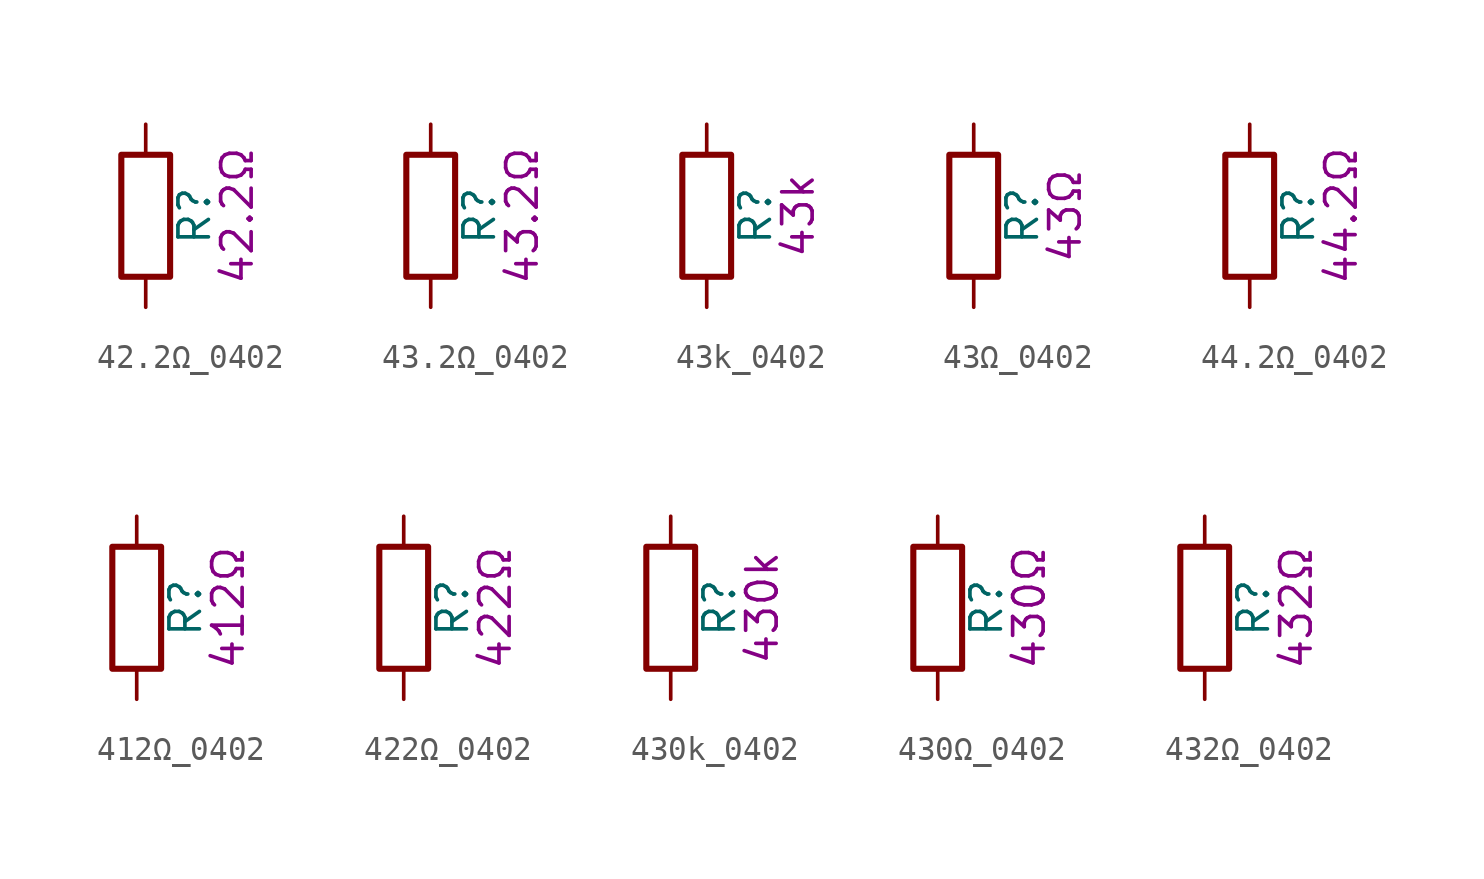
<source format=kicad_sym>
(kicad_symbol_lib
  (version 20211014)
  (generator kicad_symbol_editor)
  (symbol "42.2Ω_0402"
    (pin_numbers hide)
    (pin_names
      (offset 0))
    (property "Reference" "R"
      (at 2.032 0 90)
      (effects (font (size 1.27 1.27))))
    (property "Display" "42.2Ω"
      (at 3.81 0 90)
      (effects (font (size 1.27 1.27))))
    (symbol "42.2Ω_0402_0_1"
      (rectangle (start -1.016 -2.54) (end 1.016 2.54) (stroke (width 0.254) (type default) (color 0 0 0 0)) (fill (type none))))
    (symbol "42.2Ω_0402_1_1"
      (pin passive line (at 0 3.81 270) (length 1.27) (name "~" (effects (font (size 1.27 1.27)))) (number "1" (effects (font (size 1.27 1.27)))))
      (pin passive line (at 0 -3.81 90) (length 1.27) (name "~" (effects (font (size 1.27 1.27)))) (number "2" (effects (font (size 1.27 1.27)))))))
  (symbol "43.2Ω_0402"
    (pin_numbers hide)
    (pin_names
      (offset 0))
    (property "Reference" "R"
      (at 2.032 0 90)
      (effects (font (size 1.27 1.27))))
    (property "Display" "43.2Ω"
      (at 3.81 0 90)
      (effects (font (size 1.27 1.27))))
    (symbol "43.2Ω_0402_0_1"
      (rectangle (start -1.016 -2.54) (end 1.016 2.54) (stroke (width 0.254) (type default) (color 0 0 0 0)) (fill (type none))))
    (symbol "43.2Ω_0402_1_1"
      (pin passive line (at 0 3.81 270) (length 1.27) (name "~" (effects (font (size 1.27 1.27)))) (number "1" (effects (font (size 1.27 1.27)))))
      (pin passive line (at 0 -3.81 90) (length 1.27) (name "~" (effects (font (size 1.27 1.27)))) (number "2" (effects (font (size 1.27 1.27)))))))
  (symbol "43k_0402"
    (pin_numbers hide)
    (pin_names
      (offset 0))
    (property "Reference" "R"
      (at 2.032 0 90)
      (effects (font (size 1.27 1.27))))
    (property "Display" "43k"
      (at 3.81 0 90)
      (effects (font (size 1.27 1.27))))
    (symbol "43k_0402_0_1"
      (rectangle (start -1.016 -2.54) (end 1.016 2.54) (stroke (width 0.254) (type default) (color 0 0 0 0)) (fill (type none))))
    (symbol "43k_0402_1_1"
      (pin passive line (at 0 3.81 270) (length 1.27) (name "~" (effects (font (size 1.27 1.27)))) (number "1" (effects (font (size 1.27 1.27)))))
      (pin passive line (at 0 -3.81 90) (length 1.27) (name "~" (effects (font (size 1.27 1.27)))) (number "2" (effects (font (size 1.27 1.27)))))))
  (symbol "43Ω_0402"
    (pin_numbers hide)
    (pin_names
      (offset 0))
    (property "Reference" "R"
      (at 2.032 0 90)
      (effects (font (size 1.27 1.27))))
    (property "Display" "43Ω"
      (at 3.81 0 90)
      (effects (font (size 1.27 1.27))))
    (symbol "43Ω_0402_0_1"
      (rectangle (start -1.016 -2.54) (end 1.016 2.54) (stroke (width 0.254) (type default) (color 0 0 0 0)) (fill (type none))))
    (symbol "43Ω_0402_1_1"
      (pin passive line (at 0 3.81 270) (length 1.27) (name "~" (effects (font (size 1.27 1.27)))) (number "1" (effects (font (size 1.27 1.27)))))
      (pin passive line (at 0 -3.81 90) (length 1.27) (name "~" (effects (font (size 1.27 1.27)))) (number "2" (effects (font (size 1.27 1.27)))))))
  (symbol "44.2Ω_0402"
    (pin_numbers hide)
    (pin_names
      (offset 0))
    (property "Reference" "R"
      (at 2.032 0 90)
      (effects (font (size 1.27 1.27))))
    (property "Display" "44.2Ω"
      (at 3.81 0 90)
      (effects (font (size 1.27 1.27))))
    (symbol "44.2Ω_0402_0_1"
      (rectangle (start -1.016 -2.54) (end 1.016 2.54) (stroke (width 0.254) (type default) (color 0 0 0 0)) (fill (type none))))
    (symbol "44.2Ω_0402_1_1"
      (pin passive line (at 0 3.81 270) (length 1.27) (name "~" (effects (font (size 1.27 1.27)))) (number "1" (effects (font (size 1.27 1.27)))))
      (pin passive line (at 0 -3.81 90) (length 1.27) (name "~" (effects (font (size 1.27 1.27)))) (number "2" (effects (font (size 1.27 1.27)))))))
  (symbol "412Ω_0402"
    (pin_numbers hide)
    (pin_names
      (offset 0))
    (property "Reference" "R"
      (at 2.032 0 90)
      (effects (font (size 1.27 1.27))))
    (property "Display" "412Ω"
      (at 3.81 0 90)
      (effects (font (size 1.27 1.27))))
    (symbol "412Ω_0402_0_1"
      (rectangle (start -1.016 -2.54) (end 1.016 2.54) (stroke (width 0.254) (type default) (color 0 0 0 0)) (fill (type none))))
    (symbol "412Ω_0402_1_1"
      (pin passive line (at 0 3.81 270) (length 1.27) (name "~" (effects (font (size 1.27 1.27)))) (number "1" (effects (font (size 1.27 1.27)))))
      (pin passive line (at 0 -3.81 90) (length 1.27) (name "~" (effects (font (size 1.27 1.27)))) (number "2" (effects (font (size 1.27 1.27)))))))
  (symbol "422Ω_0402"
    (pin_numbers hide)
    (pin_names
      (offset 0))
    (property "Reference" "R"
      (at 2.032 0 90)
      (effects (font (size 1.27 1.27))))
    (property "Display" "422Ω"
      (at 3.81 0 90)
      (effects (font (size 1.27 1.27))))
    (symbol "422Ω_0402_0_1"
      (rectangle (start -1.016 -2.54) (end 1.016 2.54) (stroke (width 0.254) (type default) (color 0 0 0 0)) (fill (type none))))
    (symbol "422Ω_0402_1_1"
      (pin passive line (at 0 3.81 270) (length 1.27) (name "~" (effects (font (size 1.27 1.27)))) (number "1" (effects (font (size 1.27 1.27)))))
      (pin passive line (at 0 -3.81 90) (length 1.27) (name "~" (effects (font (size 1.27 1.27)))) (number "2" (effects (font (size 1.27 1.27)))))))
  (symbol "430k_0402"
    (pin_numbers hide)
    (pin_names
      (offset 0))
    (property "Reference" "R"
      (at 2.032 0 90)
      (effects (font (size 1.27 1.27))))
    (property "Display" "430k"
      (at 3.81 0 90)
      (effects (font (size 1.27 1.27))))
    (symbol "430k_0402_0_1"
      (rectangle (start -1.016 -2.54) (end 1.016 2.54) (stroke (width 0.254) (type default) (color 0 0 0 0)) (fill (type none))))
    (symbol "430k_0402_1_1"
      (pin passive line (at 0 3.81 270) (length 1.27) (name "~" (effects (font (size 1.27 1.27)))) (number "1" (effects (font (size 1.27 1.27)))))
      (pin passive line (at 0 -3.81 90) (length 1.27) (name "~" (effects (font (size 1.27 1.27)))) (number "2" (effects (font (size 1.27 1.27)))))))
  (symbol "430Ω_0402"
    (pin_numbers hide)
    (pin_names
      (offset 0))
    (property "Reference" "R"
      (at 2.032 0 90)
      (effects (font (size 1.27 1.27))))
    (property "Display" "430Ω"
      (at 3.81 0 90)
      (effects (font (size 1.27 1.27))))
    (symbol "430Ω_0402_0_1"
      (rectangle (start -1.016 -2.54) (end 1.016 2.54) (stroke (width 0.254) (type default) (color 0 0 0 0)) (fill (type none))))
    (symbol "430Ω_0402_1_1"
      (pin passive line (at 0 3.81 270) (length 1.27) (name "~" (effects (font (size 1.27 1.27)))) (number "1" (effects (font (size 1.27 1.27)))))
      (pin passive line (at 0 -3.81 90) (length 1.27) (name "~" (effects (font (size 1.27 1.27)))) (number "2" (effects (font (size 1.27 1.27)))))))
  (symbol "432Ω_0402"
    (pin_numbers hide)
    (pin_names
      (offset 0))
    (property "Reference" "R"
      (at 2.032 0 90)
      (effects (font (size 1.27 1.27))))
    (property "Display" "432Ω"
      (at 3.81 0 90)
      (effects (font (size 1.27 1.27))))
    (symbol "432Ω_0402_0_1"
      (rectangle (start -1.016 -2.54) (end 1.016 2.54) (stroke (width 0.254) (type default) (color 0 0 0 0)) (fill (type none))))
    (symbol "432Ω_0402_1_1"
      (pin passive line (at 0 3.81 270) (length 1.27) (name "~" (effects (font (size 1.27 1.27)))) (number "1" (effects (font (size 1.27 1.27)))))
      (pin passive line (at 0 -3.81 90) (length 1.27) (name "~" (effects (font (size 1.27 1.27)))) (number "2" (effects (font (size 1.27 1.27))))))))
</source>
